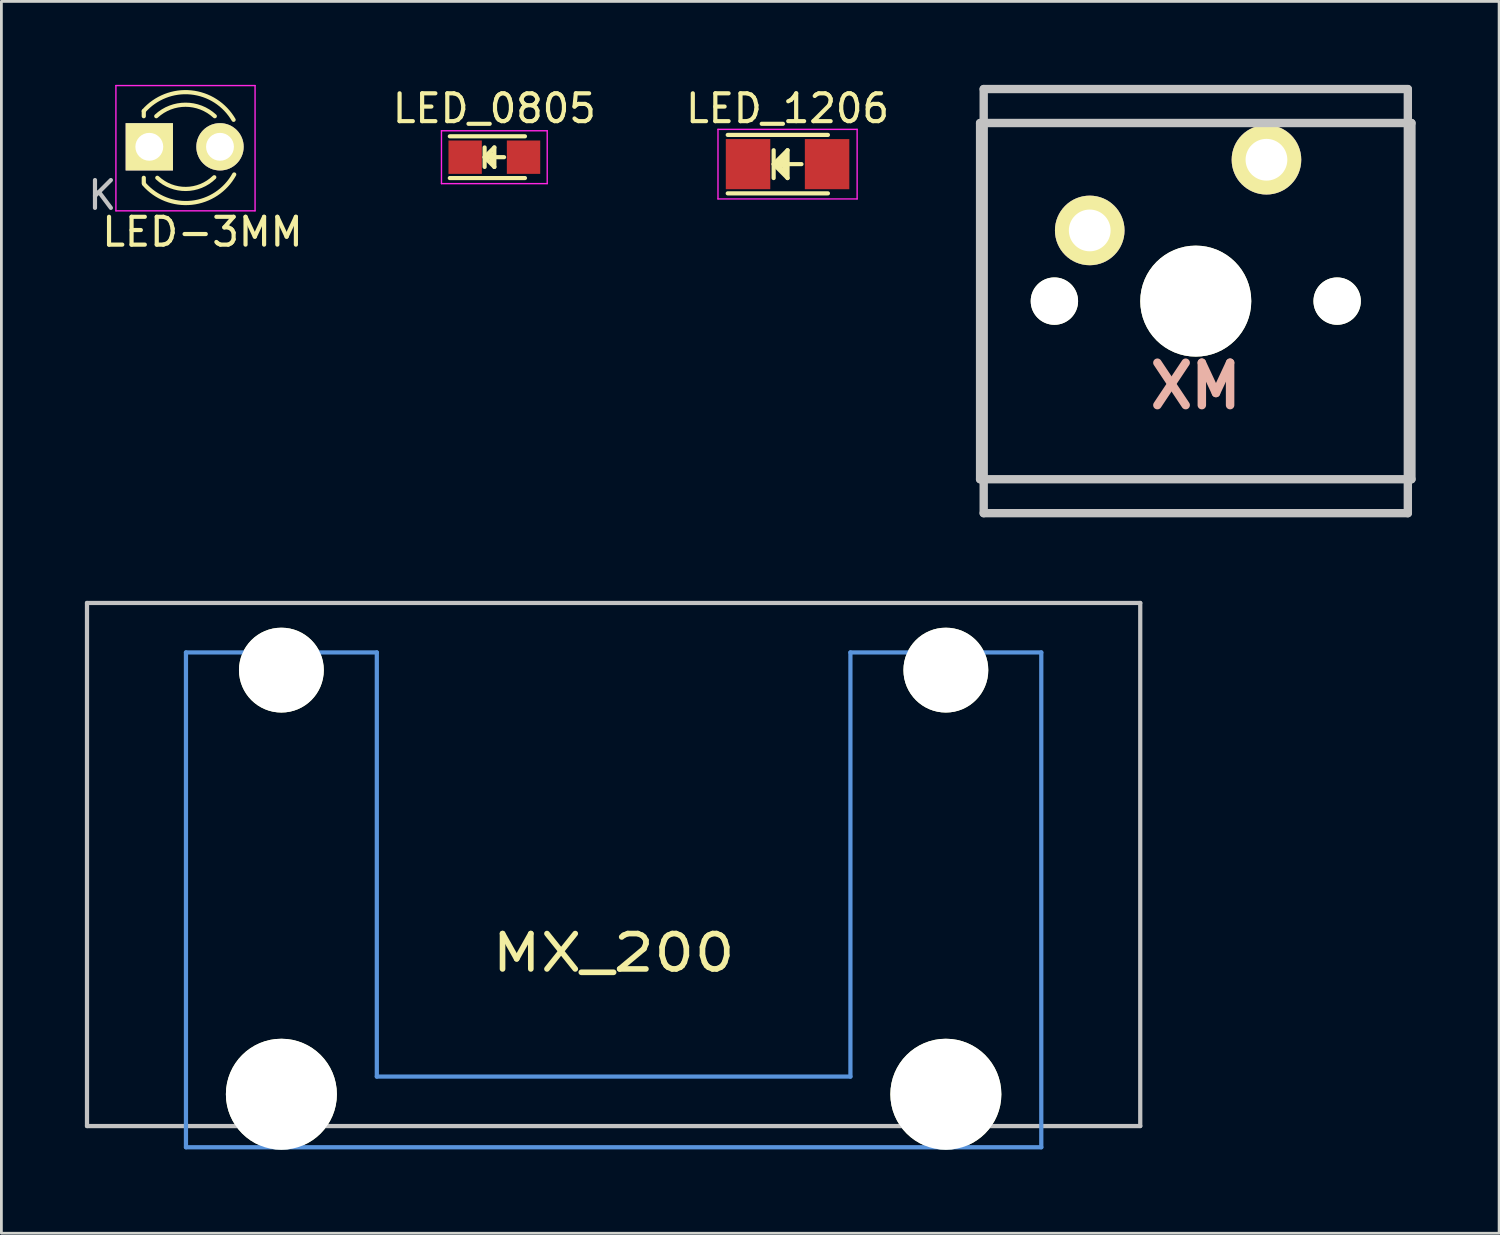
<source format=kicad_pcb>
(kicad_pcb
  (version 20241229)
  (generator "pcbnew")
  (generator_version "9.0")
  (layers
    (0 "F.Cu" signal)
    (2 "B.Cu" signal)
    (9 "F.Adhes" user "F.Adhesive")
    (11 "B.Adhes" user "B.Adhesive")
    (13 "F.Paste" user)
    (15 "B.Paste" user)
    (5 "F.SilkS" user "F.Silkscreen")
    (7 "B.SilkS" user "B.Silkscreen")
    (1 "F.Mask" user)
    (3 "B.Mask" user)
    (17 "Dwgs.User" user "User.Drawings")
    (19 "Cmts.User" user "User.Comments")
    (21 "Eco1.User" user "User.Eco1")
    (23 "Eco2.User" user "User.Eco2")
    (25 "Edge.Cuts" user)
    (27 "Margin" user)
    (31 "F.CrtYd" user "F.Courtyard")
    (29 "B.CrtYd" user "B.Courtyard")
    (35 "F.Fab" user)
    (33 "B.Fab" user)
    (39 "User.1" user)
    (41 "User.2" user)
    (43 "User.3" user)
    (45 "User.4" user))
  (footprint "LED_0805"
    (layer "F.Cu")
    (at 14.713 2.598)
    (property "Reference" "LED_0805" (at 0 -1.75 0) (layer "F.SilkS") (effects (font (size 1 1) (thickness 0.15))))
    (attr smd)
    (fp_line (start -1.6 -0.75) (end 1.1 -0.75) (stroke (width 0.15) (type solid)) (layer "F.SilkS"))
    (fp_line (start -1.6 0.75) (end 1.1 0.75) (stroke (width 0.15) (type solid)) (layer "F.SilkS"))
    (fp_line (start -0.35 -0.35) (end -0.35 0.35) (stroke (width 0.15) (type solid)) (layer "F.SilkS"))
    (fp_line (start -0.35 0) (end 0 -0.35) (stroke (width 0.15) (type solid)) (layer "F.SilkS"))
    (fp_line (start -0.1 -0.1) (end -0.25 0.05) (stroke (width 0.15) (type solid)) (layer "F.SilkS"))
    (fp_line (start -0.1 0.15) (end -0.1 -0.1) (stroke (width 0.15) (type solid)) (layer "F.SilkS"))
    (fp_line (start 0 -0.35) (end 0 0.35) (stroke (width 0.15) (type solid)) (layer "F.SilkS"))
    (fp_line (start 0 0) (end 0.35 0) (stroke (width 0.15) (type solid)) (layer "F.SilkS"))
    (fp_line (start 0 0.35) (end -0.35 0) (stroke (width 0.15) (type solid)) (layer "F.SilkS"))
    (fp_line (start -1.9 -0.95) (end 1.9 -0.95) (stroke (width 0.05) (type solid)) (layer "F.CrtYd"))
    (fp_line (start -1.9 0.95) (end -1.9 -0.95) (stroke (width 0.05) (type solid)) (layer "F.CrtYd"))
    (fp_line (start 1.9 -0.95) (end 1.9 0.95) (stroke (width 0.05) (type solid)) (layer "F.CrtYd"))
    (fp_line (start 1.9 0.95) (end -1.9 0.95) (stroke (width 0.05) (type solid)) (layer "F.CrtYd"))
    (pad "1" smd rect (at 1.049 0 180) (size 1.199 1.199) (layers "F.Cu" "F.Mask" "F.Paste"))
    (pad "2" smd rect (at -1.049 0 180) (size 1.199 1.199) (layers "F.Cu" "F.Mask" "F.Paste")))
  (footprint "LED-3MM"
    (layer "F.Cu")
    (at 2.315 2.225)
    (property "Reference" "LED-3MM" (at 1.91 3.06 0) (layer "F.SilkS") (effects (font (size 1 1) (thickness 0.15))))
    (attr through_hole)
    (fp_line (start -0.199 -1.28) (end -0.199 -1.1) (stroke (width 0.15) (type solid)) (layer "F.SilkS"))
    (fp_line (start -0.199 1.314) (end -0.199 1.114) (stroke (width 0.15) (type solid)) (layer "F.SilkS"))
    (fp_arc (start -0.199 -1.286) (mid 1.495903 -1.954571) (end 3.028744 -0.969643) (stroke (width 0.15) (type solid)) (layer "F.SilkS"))
    (fp_arc (start 0.25 -1.1) (mid 1.301686 -1.512142) (end 2.353005 -1.099067) (stroke (width 0.15) (type solid)) (layer "F.SilkS"))
    (fp_arc (start 2.335 1.094) (mid 1.31492 1.51473) (end 0.287111 1.113252) (stroke (width 0.15) (type solid)) (layer "F.SilkS"))
    (fp_arc (start 3.051 0.994) (mid 1.522637 2.009958) (end -0.18622 1.340726) (stroke (width 0.15) (type solid)) (layer "F.SilkS"))
    (fp_line (start -1.2 -2.2) (end -1.2 2.3) (stroke (width 0.05) (type solid)) (layer "F.CrtYd"))
    (fp_line (start -1.2 2.3) (end 3.8 2.3) (stroke (width 0.05) (type solid)) (layer "F.CrtYd"))
    (fp_line (start 3.8 -2.2) (end -1.2 -2.2) (stroke (width 0.05) (type solid)) (layer "F.CrtYd"))
    (fp_line (start 3.8 2.3) (end 3.8 -2.2) (stroke (width 0.05) (type solid)) (layer "F.CrtYd"))
    (fp_text user "K" (at -1.69 1.74 0) (layer "Dwgs.User") (effects (font (size 1 1) (thickness 0.15))))
    (pad "1" thru_hole rect (at 0 0 90) (size 1.7 1.7) (drill 1.001) (layers "*.Cu" "*.Mask" "F.SilkS"))
    (pad "2" thru_hole circle (at 2.54 0) (size 1.7 1.7) (drill 1.001) (layers "*.Cu" "*.Mask" "F.SilkS")))
  (footprint "MX_200"
    (layer "F.Cu")
    (at 18.999 28.014)
    (property "Reference" "MX_200" (at 0 3.175 0) (layer "F.SilkS") (effects (font (size 1.27 1.524) (thickness 0.203))))
    (attr through_hole)
    (fp_line (start -18.923 -9.398) (end 18.923 -9.398) (stroke (width 0.152) (type solid)) (layer "Dwgs.User"))
    (fp_line (start -18.923 9.398) (end -18.923 -9.398) (stroke (width 0.152) (type solid)) (layer "Dwgs.User"))
    (fp_line (start 18.923 -9.398) (end 18.923 9.398) (stroke (width 0.152) (type solid)) (layer "Dwgs.User"))
    (fp_line (start 18.923 9.398) (end -18.923 9.398) (stroke (width 0.152) (type solid)) (layer "Dwgs.User"))
    (fp_line (start -15.367 -7.62) (end -15.367 10.16) (stroke (width 0.152) (type solid)) (layer "Cmts.User"))
    (fp_line (start -15.367 10.16) (end 15.367 10.16) (stroke (width 0.152) (type solid)) (layer "Cmts.User"))
    (fp_line (start -8.509 -7.62) (end -15.367 -7.62) (stroke (width 0.152) (type solid)) (layer "Cmts.User"))
    (fp_line (start -8.509 7.62) (end -8.509 -7.62) (stroke (width 0.152) (type solid)) (layer "Cmts.User"))
    (fp_line (start 8.509 -7.62) (end 8.509 7.62) (stroke (width 0.152) (type solid)) (layer "Cmts.User"))
    (fp_line (start 8.509 7.62) (end -8.509 7.62) (stroke (width 0.152) (type solid)) (layer "Cmts.User"))
    (fp_line (start 15.367 -7.62) (end 8.509 -7.62) (stroke (width 0.152) (type solid)) (layer "Cmts.User"))
    (fp_line (start 15.367 10.16) (end 15.367 -7.62) (stroke (width 0.152) (type solid)) (layer "Cmts.User"))
    (pad "" np_thru_hole circle (at -11.938 -6.985) (size 3.048 3.048) (drill 3.048) (layers "*.Cu" "*.Mask" "F.SilkS"))
    (pad "" np_thru_hole circle (at -11.938 8.255) (size 3.988 3.988) (drill 3.988) (layers "*.Cu" "*.Mask" "F.SilkS"))
    (pad "" np_thru_hole circle (at 11.938 -6.985) (size 3.048 3.048) (drill 3.048) (layers "*.Cu" "*.Mask" "F.SilkS"))
    (pad "" np_thru_hole circle (at 11.938 8.255) (size 3.988 3.988) (drill 3.988) (layers "*.Cu" "*.Mask" "F.SilkS")))
  (footprint "MX"
    (layer "F.Cu")
    (at 39.917 7.77)
    (property "Reference" "MX" (at 0 3.048 0) (layer "B.SilkS") (effects (font (size 1.524 1.524) (thickness 0.305)) (justify mirror)))
    (attr through_hole)
    (fp_line (start -7.75 6.4) (end -7.75 -6.4) (stroke (width 0.3) (type solid)) (layer "Dwgs.User"))
    (fp_line (start -7.75 6.4) (end 7.75 6.4) (stroke (width 0.3) (type solid)) (layer "Dwgs.User"))
    (fp_line (start -7.62 -7.62) (end 7.62 -7.62) (stroke (width 0.3) (type solid)) (layer "Dwgs.User"))
    (fp_line (start -7.62 7.62) (end -7.62 -7.62) (stroke (width 0.3) (type solid)) (layer "Dwgs.User"))
    (fp_line (start 7.62 -7.62) (end 7.62 7.62) (stroke (width 0.3) (type solid)) (layer "Dwgs.User"))
    (fp_line (start 7.62 7.62) (end -7.62 7.62) (stroke (width 0.3) (type solid)) (layer "Dwgs.User"))
    (fp_line (start 7.75 -6.4) (end -7.75 -6.4) (stroke (width 0.3) (type solid)) (layer "Dwgs.User"))
    (fp_line (start 7.75 6.4) (end 7.75 -6.4) (stroke (width 0.3) (type solid)) (layer "Dwgs.User"))
    (pad "" np_thru_hole circle (at -5.08 0) (size 1.702 1.702) (drill 1.702) (layers "*.Cu" "*.Mask" "F.SilkS"))
    (pad "" np_thru_hole circle (at 0 0) (size 3.988 3.988) (drill 3.988) (layers "*.Cu" "*.Mask" "F.SilkS"))
    (pad "" np_thru_hole circle (at 5.08 0) (size 1.702 1.702) (drill 1.702) (layers "*.Cu" "*.Mask" "F.SilkS"))
    (pad "1" thru_hole oval (at -3.81 -2.54) (size 2.5 2.5) (drill oval 1.5) (layers "*.Cu" "*.Mask" "F.SilkS"))
    (pad "2" thru_hole oval (at 2.54 -5.08) (size 2.5 2.5) (drill oval 1.5) (layers "*.Cu" "*.Mask" "F.SilkS")))
  (footprint "LED_1206"
    (layer "F.Cu")
    (at 25.249 2.848)
    (property "Reference" "LED_1206" (at 0 -2 0) (layer "F.SilkS") (effects (font (size 1 1) (thickness 0.15))))
    (attr smd)
    (fp_line (start -2.15 -1.05) (end 1.45 -1.05) (stroke (width 0.15) (type solid)) (layer "F.SilkS"))
    (fp_line (start -2.15 1.05) (end 1.45 1.05) (stroke (width 0.15) (type solid)) (layer "F.SilkS"))
    (fp_line (start -0.5 -0.5) (end -0.5 0.5) (stroke (width 0.15) (type solid)) (layer "F.SilkS"))
    (fp_line (start -0.5 0) (end 0 -0.5) (stroke (width 0.15) (type solid)) (layer "F.SilkS"))
    (fp_line (start -0.4 0) (end -0.2 -0.2) (stroke (width 0.15) (type solid)) (layer "F.SilkS"))
    (fp_line (start -0.2 -0.2) (end -0.2 0.05) (stroke (width 0.15) (type solid)) (layer "F.SilkS"))
    (fp_line (start -0.2 0.05) (end -0.25 0) (stroke (width 0.15) (type solid)) (layer "F.SilkS"))
    (fp_line (start -0.1 -0.3) (end -0.1 0.3) (stroke (width 0.15) (type solid)) (layer "F.SilkS"))
    (fp_line (start -0.1 0.3) (end -0.4 0) (stroke (width 0.15) (type solid)) (layer "F.SilkS"))
    (fp_line (start 0 -0.5) (end 0 0.5) (stroke (width 0.15) (type solid)) (layer "F.SilkS"))
    (fp_line (start 0 0) (end 0.5 0) (stroke (width 0.15) (type solid)) (layer "F.SilkS"))
    (fp_line (start 0 0.5) (end -0.5 0) (stroke (width 0.15) (type solid)) (layer "F.SilkS"))
    (fp_line (start -2.5 -1.25) (end -2.5 1.25) (stroke (width 0.05) (type solid)) (layer "F.CrtYd"))
    (fp_line (start -2.5 1.25) (end 2.5 1.25) (stroke (width 0.05) (type solid)) (layer "F.CrtYd"))
    (fp_line (start 2.5 -1.25) (end -2.5 -1.25) (stroke (width 0.05) (type solid)) (layer "F.CrtYd"))
    (fp_line (start 2.5 1.25) (end 2.5 -1.25) (stroke (width 0.05) (type solid)) (layer "F.CrtYd"))
    (pad "1" smd rect (at 1.42 0 180) (size 1.598 1.801) (layers "F.Cu" "F.Mask" "F.Paste"))
    (pad "2" smd rect (at -1.42 0 180) (size 1.598 1.801) (layers "F.Cu" "F.Mask" "F.Paste")))
  (gr_rect
    (start -3 -3)
    (end 50.817 41.263)
    (stroke (width 0.1) (type default))
    (fill no)
    (layer "Edge.Cuts")))
</source>
